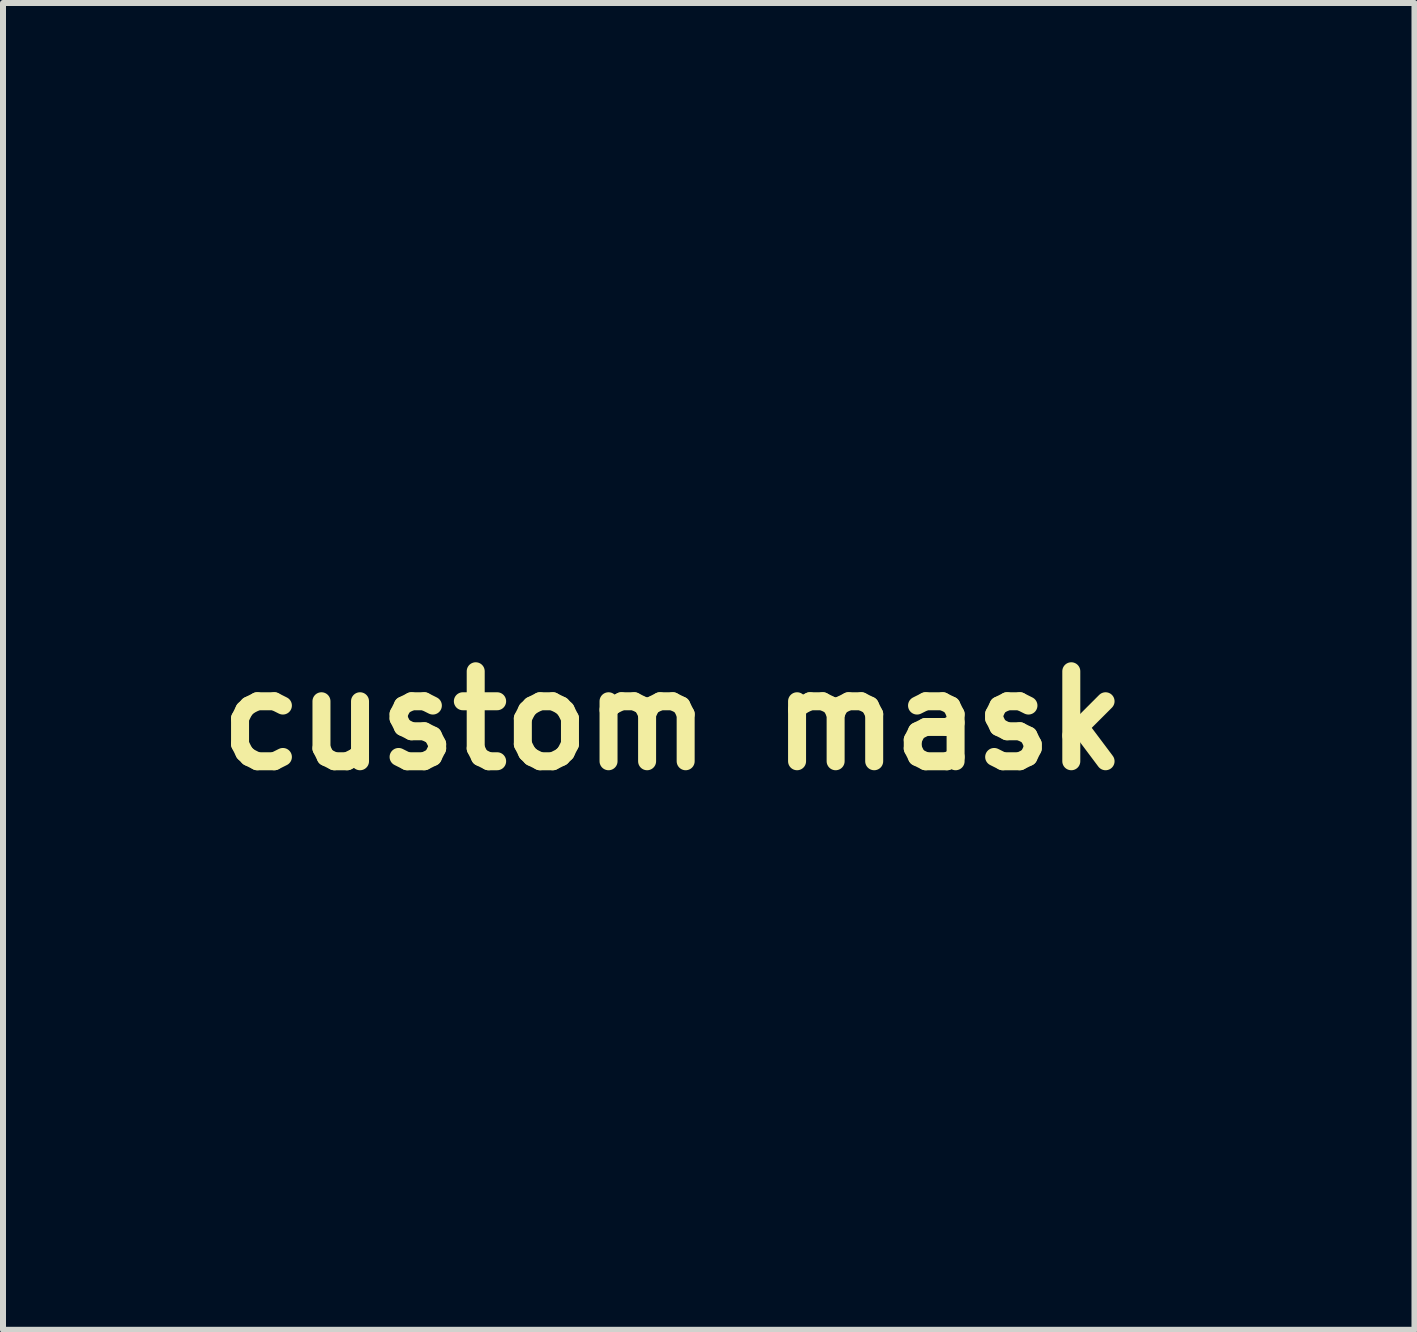
<source format=kicad_pcb>
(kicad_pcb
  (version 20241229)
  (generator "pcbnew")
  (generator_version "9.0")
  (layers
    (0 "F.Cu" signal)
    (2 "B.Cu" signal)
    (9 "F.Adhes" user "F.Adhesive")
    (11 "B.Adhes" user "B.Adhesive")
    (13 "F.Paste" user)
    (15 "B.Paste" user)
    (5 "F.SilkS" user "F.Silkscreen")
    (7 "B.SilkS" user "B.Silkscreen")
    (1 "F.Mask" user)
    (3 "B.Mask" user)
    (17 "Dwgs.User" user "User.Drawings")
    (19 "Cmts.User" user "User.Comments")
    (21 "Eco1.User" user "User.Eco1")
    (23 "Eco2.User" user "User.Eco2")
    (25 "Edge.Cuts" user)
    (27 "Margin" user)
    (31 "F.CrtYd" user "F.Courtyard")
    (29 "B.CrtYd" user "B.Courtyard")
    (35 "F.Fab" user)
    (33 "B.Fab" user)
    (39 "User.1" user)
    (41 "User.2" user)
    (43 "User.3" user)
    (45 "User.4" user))
  (footprint "custom mask"
    (layer "F.Cu")
    (at 8.166 8.962)
    (property "Reference" "custom mask" (at 0 0 0) (layer "F.SilkS") (effects (font (size 1.5 1.5) (thickness 0.3))))
    (attr board_only exclude_from_pos_files exclude_from_bom)
    (fp_poly (pts (xy -7.095 4.735) (xy -7.111 4.752) (xy -7.128 4.735) (xy -7.111 4.719)) (stroke (width 0) (type solid)) (fill yes) (layer "F.Mask"))
    (fp_poly (pts (xy -5.232 5.767) (xy -5.236 5.787) (xy -5.254 5.789) (xy -5.282 5.777) (xy -5.276 5.767) (xy -5.237 5.763)) (stroke (width 0) (type solid)) (fill yes) (layer "F.Mask"))
    (fp_poly (pts (xy 5.142 -3.455) (xy 5.147 -3.387) (xy 5.142 -3.372) (xy 5.13 -3.367) (xy 5.125 -3.413) (xy 5.131 -3.461)) (stroke (width 0) (type solid)) (fill yes) (layer "F.Mask"))
    (fp_poly (pts (xy 6.28 -6.213) (xy 6.276 -6.193) (xy 6.258 -6.191) (xy 6.23 -6.203) (xy 6.236 -6.213) (xy 6.275 -6.217)) (stroke (width 0) (type solid)) (fill yes) (layer "F.Mask"))
    (fp_poly (pts (xy -7.095 -3.254) (xy -7.095 -3.236) (xy -7.102 -3.163) (xy -7.123 -3.151) (xy -7.15 -3.198) (xy -7.148 -3.264) (xy -7.133 -3.289) (xy -7.105 -3.3)) (stroke (width 0) (type solid)) (fill yes) (layer "F.Mask"))
    (fp_poly (pts (xy -6.9 4.77) (xy -6.894 4.786) (xy -6.918 4.818) (xy -6.925 4.819) (xy -6.971 4.795) (xy -6.977 4.786) (xy -6.97 4.757) (xy -6.946 4.752)) (stroke (width 0) (type solid)) (fill yes) (layer "F.Mask"))
    (fp_poly (pts (xy -6.671 4.521) (xy -6.67 4.527) (xy -6.665 4.6) (xy -6.671 4.627) (xy -6.682 4.628) (xy -6.687 4.576) (xy -6.686 4.568) (xy -6.682 4.516)) (stroke (width 0) (type solid)) (fill yes) (layer "F.Mask"))
    (fp_poly (pts (xy 6.583 -6.701) (xy 6.588 -6.604) (xy 6.583 -6.551) (xy 6.574 -6.535) (xy 6.569 -6.577) (xy 6.568 -6.626) (xy 6.571 -6.698) (xy 6.578 -6.718)) (stroke (width 0) (type solid)) (fill yes) (layer "F.Mask"))
    (fp_poly (pts (xy 6.583 -7.17) (xy 6.588 -7.082) (xy 6.582 -7.036) (xy 6.573 -7.028) (xy 6.568 -7.076) (xy 6.568 -7.111) (xy 6.571 -7.176) (xy 6.578 -7.186)) (stroke (width 0) (type solid)) (fill yes) (layer "F.Mask"))
    (fp_poly (pts (xy -6.85 4.888) (xy -6.825 4.91) (xy -6.777 4.966) (xy -6.764 5.001) (xy -6.765 5.003) (xy -6.798 4.997) (xy -6.817 4.979) (xy -6.865 4.91) (xy -6.876 4.877)) (stroke (width 0) (type solid)) (fill yes) (layer "F.Mask"))
    (fp_poly (pts (xy 6.445 -6.3) (xy 6.389 -6.246) (xy 6.348 -6.225) (xy 6.325 -6.231) (xy 6.328 -6.233) (xy 6.361 -6.258) (xy 6.423 -6.306) (xy 6.425 -6.309) (xy 6.509 -6.375)) (stroke (width 0) (type solid)) (fill yes) (layer "F.Mask"))
    (fp_poly (pts (xy 6.858 -2.617) (xy 6.86 -2.557) (xy 6.849 -2.468) (xy 6.827 -2.409) (xy 6.81 -2.398) (xy 6.81 -2.45) (xy 6.816 -2.493) (xy 6.834 -2.595) (xy 6.849 -2.637)) (stroke (width 0) (type solid)) (fill yes) (layer "F.Mask"))
    (fp_poly (pts (xy -7.237 4.766) (xy -7.251 4.789) (xy -7.31 4.818) (xy -7.31 4.818) (xy -7.387 4.846) (xy -7.421 4.848) (xy -7.429 4.827) (xy -7.429 4.823) (xy -7.401 4.795) (xy -7.338 4.77) (xy -7.272 4.759)) (stroke (width 0) (type solid)) (fill yes) (layer "F.Mask"))
    (fp_poly (pts (xy -8.102 4.373) (xy -8.034 4.424) (xy -7.999 4.452) (xy -7.939 4.515) (xy -7.931 4.549) (xy -7.966 4.549) (xy -8.036 4.512) (xy -8.077 4.482) (xy -8.141 4.421) (xy -8.166 4.373) (xy -8.147 4.352) (xy -8.14 4.352)) (stroke (width 0) (type solid)) (fill yes) (layer "F.Mask"))
    (fp_poly (pts (xy 3.326 2.761) (xy 3.379 2.861) (xy 3.427 2.963) (xy 3.459 3.038) (xy 3.468 3.069) (xy 3.438 3.059) (xy 3.404 3.037) (xy 3.344 2.96) (xy 3.298 2.849) (xy 3.28 2.735) (xy 3.28 2.734) (xy 3.292 2.717)) (stroke (width 0) (type solid)) (fill yes) (layer "F.Mask"))
    (fp_poly (pts (xy -4.803 -3.77) (xy -4.772 -3.725) (xy -4.763 -3.639) (xy -4.772 -3.529) (xy -4.796 -3.416) (xy -4.832 -3.319) (xy -4.874 -3.258) (xy -4.903 -3.246) (xy -4.959 -3.272) (xy -4.973 -3.293) (xy -4.977 -3.354) (xy -4.967 -3.453) (xy -4.948 -3.568) (xy -4.923 -3.673) (xy -4.898 -3.745) (xy -4.888 -3.759) (xy -4.834 -3.776)) (stroke (width 0) (type solid)) (fill yes) (layer "F.Mask"))
    (fp_poly (pts (xy 5.689 -4.045) (xy 5.806 -4.041) (xy 5.668 -4.018) (xy 5.516 -3.975) (xy 5.395 -3.894) (xy 5.29 -3.763) (xy 5.255 -3.706) (xy 5.203 -3.623) (xy 5.167 -3.58) (xy 5.154 -3.584) (xy 5.177 -3.654) (xy 5.236 -3.749) (xy 5.316 -3.85) (xy 5.404 -3.938) (xy 5.464 -3.983) (xy 5.571 -4.028) (xy 5.683 -4.045)) (stroke (width 0) (type solid)) (fill yes) (layer "F.Mask"))
    (fp_poly (pts (xy -5.306 -3.804) (xy -5.295 -3.762) (xy -5.298 -3.675) (xy -5.306 -3.589) (xy -5.321 -3.454) (xy -5.336 -3.372) (xy -5.357 -3.33) (xy -5.389 -3.315) (xy -5.428 -3.313) (xy -5.465 -3.318) (xy -5.483 -3.342) (xy -5.485 -3.401) (xy -5.475 -3.51) (xy -5.473 -3.522) (xy -5.449 -3.672) (xy -5.416 -3.765) (xy -5.368 -3.808) (xy -5.331 -3.815)) (stroke (width 0) (type solid)) (fill yes) (layer "F.Mask"))
    (fp_poly (pts (xy 8.853 5.635) (xy 8.923 5.675) (xy 9.01 5.737) (xy 9.099 5.81) (xy 9.173 5.881) (xy 9.188 5.898) (xy 9.265 6.025) (xy 9.324 6.192) (xy 9.359 6.373) (xy 9.364 6.516) (xy 9.358 6.591) (xy 9.353 6.614) (xy 9.346 6.581) (xy 9.336 6.487) (xy 9.33 6.43) (xy 9.291 6.196) (xy 9.22 6.012) (xy 9.111 5.866) (xy 8.976 5.759) (xy 8.888 5.698) (xy 8.83 5.651) (xy 8.817 5.629)) (stroke (width 0) (type solid)) (fill yes) (layer "F.Mask"))
    (fp_poly (pts (xy 6.321 -4.035) (xy 6.437 -4.003) (xy 6.44 -4.002) (xy 6.527 -3.945) (xy 6.629 -3.848) (xy 6.728 -3.732) (xy 6.807 -3.617) (xy 6.848 -3.526) (xy 6.861 -3.451) (xy 6.851 -3.436) (xy 6.822 -3.476) (xy 6.784 -3.56) (xy 6.725 -3.665) (xy 6.639 -3.78) (xy 6.579 -3.845) (xy 6.479 -3.934) (xy 6.388 -3.984) (xy 6.275 -4.011) (xy 6.253 -4.015) (xy 6.158 -4.03) (xy 6.125 -4.038) (xy 6.151 -4.043) (xy 6.2 -4.045)) (stroke (width 0) (type solid)) (fill yes) (layer "F.Mask"))
    (fp_poly (pts (xy -5.567 -3.095) (xy -5.5 -3.015) (xy -5.378 -2.885) (xy -5.247 -2.817) (xy -5.112 -2.811) (xy -4.982 -2.869) (xy -4.915 -2.928) (xy -4.842 -2.997) (xy -4.783 -3.039) (xy -4.765 -3.045) (xy -4.717 -3.02) (xy -4.706 -2.957) (xy -4.733 -2.875) (xy -4.751 -2.846) (xy -4.869 -2.734) (xy -5.022 -2.667) (xy -5.191 -2.647) (xy -5.359 -2.678) (xy -5.421 -2.706) (xy -5.558 -2.807) (xy -5.642 -2.931) (xy -5.665 -3.026) (xy -5.658 -3.108) (xy -5.624 -3.131)) (stroke (width 0) (type solid)) (fill yes) (layer "F.Mask"))
    (fp_poly (pts (xy -0.582 -1.035) (xy -0.5 -1.002) (xy -0.448 -0.952) (xy -0.417 -0.89) (xy -0.417 -0.828) (xy -0.452 -0.748) (xy -0.5 -0.669) (xy -0.534 -0.606) (xy -0.578 -0.516) (xy -0.586 -0.498) (xy -0.668 -0.38) (xy -0.778 -0.315) (xy -0.901 -0.306) (xy -1.023 -0.357) (xy -1.073 -0.399) (xy -1.153 -0.517) (xy -1.171 -0.639) (xy -1.132 -0.755) (xy -1.038 -0.854) (xy -0.905 -0.92) (xy -0.806 -0.957) (xy -0.737 -0.991) (xy -0.718 -1.007) (xy -0.664 -1.039)) (stroke (width 0) (type solid)) (fill yes) (layer "F.Mask"))
    (fp_poly (pts (xy -5.432 5.049) (xy -5.421 5.12) (xy -5.421 5.129) (xy -5.411 5.242) (xy -5.389 5.349) (xy -5.372 5.422) (xy -5.381 5.447) (xy -5.411 5.44) (xy -5.444 5.437) (xy -5.452 5.472) (xy -5.443 5.546) (xy -5.415 5.64) (xy -5.373 5.708) (xy -5.366 5.714) (xy -5.335 5.746) (xy -5.347 5.756) (xy -5.395 5.734) (xy -5.457 5.681) (xy -5.496 5.631) (xy -5.514 5.574) (xy -5.516 5.488) (xy -5.509 5.388) (xy -5.498 5.262) (xy -5.491 5.154) (xy -5.489 5.095) (xy -5.476 5.036) (xy -5.455 5.02)) (stroke (width 0) (type solid)) (fill yes) (layer "F.Mask"))
    (fp_poly (pts (xy 7.035 1.47) (xy 7.048 1.557) (xy 7.061 1.686) (xy 7.071 1.845) (xy 7.074 1.899) (xy 7.083 2.094) (xy 7.094 2.288) (xy 7.105 2.461) (xy 7.115 2.591) (xy 7.115 2.596) (xy 7.122 2.739) (xy 7.113 2.847) (xy 7.084 2.948) (xy 7.062 3.002) (xy 6.999 3.12) (xy 6.921 3.228) (xy 6.883 3.267) (xy 6.825 3.318) (xy 6.813 3.324) (xy 6.845 3.286) (xy 6.85 3.28) (xy 6.905 3.202) (xy 6.968 3.092) (xy 7.008 3.012) (xy 7.069 2.843) (xy 7.091 2.664) (xy 7.078 2.458) (xy 7.044 2.276) (xy 7.025 2.16) (xy 7.01 2.02) (xy 7 1.868) (xy 6.996 1.72) (xy 6.997 1.59) (xy 7.004 1.493) (xy 7.017 1.443) (xy 7.023 1.439)) (stroke (width 0) (type solid)) (fill yes) (layer "F.Mask"))
    (fp_poly (pts (xy 1.601 5.758) (xy 1.662 5.823) (xy 1.739 5.892) (xy 1.829 5.92) (xy 1.944 5.906) (xy 2.097 5.851) (xy 2.122 5.84) (xy 2.279 5.779) (xy 2.381 5.756) (xy 2.427 5.766) (xy 2.416 5.807) (xy 2.345 5.874) (xy 2.212 5.963) (xy 2.187 5.978) (xy 2.049 6.065) (xy 1.963 6.14) (xy 1.921 6.216) (xy 1.914 6.305) (xy 1.921 6.361) (xy 1.929 6.46) (xy 1.907 6.5) (xy 1.853 6.484) (xy 1.79 6.439) (xy 1.66 6.376) (xy 1.484 6.359) (xy 1.266 6.386) (xy 1.171 6.409) (xy 1.05 6.44) (xy 0.98 6.455) (xy 0.947 6.453) (xy 0.937 6.436) (xy 0.937 6.428) (xy 0.964 6.398) (xy 1.036 6.347) (xy 1.137 6.286) (xy 1.153 6.277) (xy 1.221 6.234) (xy 1.466 6.234) (xy 1.525 6.256) (xy 1.638 6.275) (xy 1.74 6.286) (xy 1.785 6.26) (xy 1.833 6.187) (xy 1.846 6.157) (xy 1.903 6.024) (xy 1.819 6.024) (xy 1.726 6.01) (xy 1.672 5.989) (xy 1.625 5.976) (xy 1.591 6.005) (xy 1.56 6.069) (xy 1.517 6.153) (xy 1.473 6.208) (xy 1.468 6.212) (xy 1.466 6.234) (xy 1.221 6.234) (xy 1.318 6.174) (xy 1.426 6.076) (xy 1.486 5.975) (xy 1.506 5.86) (xy 1.506 5.852) (xy 1.515 5.759) (xy 1.546 5.728)) (stroke (width 0) (type solid)) (fill yes) (layer "F.Mask"))
    (fp_poly (pts (xy 4.231 -4.523) (xy 4.283 -4.449) (xy 4.344 -4.342) (xy 4.365 -4.303) (xy 4.426 -4.18) (xy 4.46 -4.102) (xy 4.469 -4.051) (xy 4.457 -4.012) (xy 4.43 -3.973) (xy 4.368 -3.915) (xy 4.269 -3.845) (xy 4.177 -3.792) (xy 4.071 -3.738) (xy 4.007 -3.715) (xy 3.968 -3.719) (xy 3.938 -3.744) (xy 3.889 -3.814) (xy 3.831 -3.912) (xy 3.776 -4.017) (xy 3.733 -4.109) (xy 3.727 -4.129) (xy 3.852 -4.129) (xy 3.858 -4.096) (xy 3.887 -4.029) (xy 3.929 -3.948) (xy 3.972 -3.875) (xy 4.006 -3.83) (xy 4.016 -3.826) (xy 4.055 -3.844) (xy 4.13 -3.875) (xy 4.141 -3.879) (xy 4.214 -3.915) (xy 4.249 -3.948) (xy 4.25 -3.951) (xy 4.237 -4.011) (xy 4.205 -4.094) (xy 4.166 -4.176) (xy 4.129 -4.235) (xy 4.111 -4.25) (xy 4.066 -4.236) (xy 3.989 -4.203) (xy 3.91 -4.165) (xy 3.856 -4.133) (xy 3.852 -4.129) (xy 3.727 -4.129) (xy 3.715 -4.167) (xy 3.715 -4.169) (xy 3.741 -4.266) (xy 3.83 -4.266) (xy 3.849 -4.253) (xy 3.913 -4.275) (xy 3.999 -4.321) (xy 4.069 -4.368) (xy 4.104 -4.4) (xy 4.105 -4.406) (xy 4.058 -4.412) (xy 3.983 -4.39) (xy 3.906 -4.35) (xy 3.862 -4.314) (xy 3.83 -4.266) (xy 3.741 -4.266) (xy 3.747 -4.29) (xy 3.843 -4.395) (xy 3.977 -4.471) (xy 4.081 -4.514) (xy 4.164 -4.544) (xy 4.198 -4.551)) (stroke (width 0) (type solid)) (fill yes) (layer "F.Mask"))
    (fp_poly (pts (xy 4.896 -1.388) (xy 4.952 -1.319) (xy 4.992 -1.249) (xy 5.138 -1.022) (xy 5.323 -0.848) (xy 5.55 -0.727) (xy 5.82 -0.656) (xy 5.881 -0.647) (xy 5.997 -0.628) (xy 6.048 -0.602) (xy 6.036 -0.568) (xy 5.963 -0.522) (xy 5.797 -0.401) (xy 5.652 -0.228) (xy 5.538 -0.017) (xy 5.464 0.219) (xy 5.458 0.253) (xy 5.437 0.401) (xy 5.438 0.52) (xy 5.465 0.645) (xy 5.491 0.727) (xy 5.511 0.83) (xy 5.495 0.876) (xy 5.461 0.869) (xy 5.406 0.798) (xy 5.357 0.712) (xy 5.236 0.517) (xy 5.096 0.341) (xy 4.95 0.199) (xy 4.811 0.105) (xy 4.808 0.103) (xy 4.633 0.048) (xy 4.457 0.033) (xy 4.349 0.031) (xy 4.274 0.025) (xy 4.25 0.017) (xy 4.272 -0.012) (xy 4.33 -0.074) (xy 4.485 -0.074) (xy 4.631 -0.053) (xy 4.81 0.003) (xy 4.987 0.11) (xy 5.144 0.254) (xy 5.192 0.314) (xy 5.257 0.397) (xy 5.306 0.453) (xy 5.325 0.467) (xy 5.339 0.438) (xy 5.353 0.361) (xy 5.361 0.293) (xy 5.402 0.091) (xy 5.488 -0.121) (xy 5.604 -0.315) (xy 5.694 -0.422) (xy 5.829 -0.56) (xy 5.7 -0.583) (xy 5.5 -0.642) (xy 5.311 -0.741) (xy 5.155 -0.867) (xy 5.107 -0.922) (xy 4.995 -1.069) (xy 4.978 -0.92) (xy 4.933 -0.736) (xy 4.841 -0.535) (xy 4.715 -0.339) (xy 4.634 -0.24) (xy 4.485 -0.074) (xy 4.33 -0.074) (xy 4.332 -0.077) (xy 4.419 -0.166) (xy 4.479 -0.226) (xy 4.667 -0.435) (xy 4.795 -0.629) (xy 4.863 -0.816) (xy 4.876 -0.998) (xy 4.875 -1.011) (xy 4.86 -1.137) (xy 4.843 -1.254) (xy 4.835 -1.297) (xy 4.829 -1.379) (xy 4.852 -1.408)) (stroke (width 0) (type solid)) (fill yes) (layer "F.Mask"))
    (fp_poly (pts (xy -4.952 -4.474) (xy -4.829 -4.448) (xy -4.738 -4.409) (xy -4.694 -4.364) (xy -4.694 -4.34) (xy -4.704 -4.318) (xy -4.723 -4.306) (xy -4.766 -4.306) (xy -4.849 -4.315) (xy -4.964 -4.331) (xy -5.206 -4.335) (xy -5.451 -4.285) (xy -5.682 -4.187) (xy -5.885 -4.048) (xy -6.044 -3.874) (xy -6.055 -3.858) (xy -6.163 -3.654) (xy -6.237 -3.431) (xy -6.273 -3.204) (xy -6.269 -2.991) (xy -6.223 -2.808) (xy -6.201 -2.761) (xy -6.055 -2.557) (xy -5.861 -2.391) (xy -5.628 -2.269) (xy -5.366 -2.197) (xy -5.216 -2.181) (xy -5.06 -2.178) (xy -4.945 -2.191) (xy -4.844 -2.222) (xy -4.815 -2.235) (xy -4.595 -2.369) (xy -4.409 -2.559) (xy -4.266 -2.783) (xy -4.2 -2.916) (xy -4.161 -3.02) (xy -4.143 -3.121) (xy -4.139 -3.247) (xy -4.139 -3.262) (xy -4.159 -3.486) (xy -4.224 -3.684) (xy -4.34 -3.871) (xy -4.473 -4.021) (xy -4.577 -4.136) (xy -4.627 -4.216) (xy -4.622 -4.264) (xy -4.565 -4.283) (xy -4.548 -4.284) (xy -4.482 -4.258) (xy -4.393 -4.19) (xy -4.294 -4.093) (xy -4.199 -3.982) (xy -4.12 -3.87) (xy -4.082 -3.797) (xy -4.012 -3.583) (xy -3.974 -3.354) (xy -3.97 -3.137) (xy -3.982 -3.046) (xy -4.057 -2.808) (xy -4.182 -2.578) (xy -4.346 -2.372) (xy -4.538 -2.204) (xy -4.747 -2.086) (xy -4.77 -2.077) (xy -4.993 -2.023) (xy -5.241 -2.01) (xy -5.486 -2.038) (xy -5.622 -2.076) (xy -5.872 -2.193) (xy -6.089 -2.346) (xy -6.261 -2.528) (xy -6.376 -2.725) (xy -6.439 -2.958) (xy -6.449 -3.212) (xy -6.407 -3.472) (xy -6.319 -3.724) (xy -6.186 -3.953) (xy -6.064 -4.098) (xy -5.836 -4.281) (xy -5.575 -4.406) (xy -5.285 -4.473) (xy -5.096 -4.484)) (stroke (width 0) (type solid)) (fill yes) (layer "F.Mask"))
    (fp_poly (pts (xy 5.87 5.054) (xy 5.882 5.078) (xy 5.87 5.11) (xy 5.828 5.155) (xy 5.75 5.219) (xy 5.629 5.307) (xy 5.458 5.426) (xy 5.441 5.438) (xy 5.216 5.611) (xy 5.042 5.784) (xy 5.001 5.835) (xy 4.923 5.941) (xy 4.879 6.021) (xy 4.858 6.101) (xy 4.853 6.204) (xy 4.852 6.245) (xy 4.847 6.37) (xy 4.825 6.439) (xy 4.778 6.456) (xy 4.698 6.423) (xy 4.576 6.342) (xy 4.574 6.341) (xy 4.431 6.251) (xy 4.291 6.194) (xy 4.139 6.166) (xy 3.959 6.165) (xy 3.737 6.189) (xy 3.631 6.206) (xy 3.503 6.225) (xy 3.402 6.236) (xy 3.344 6.237) (xy 3.338 6.235) (xy 3.315 6.206) (xy 3.337 6.168) (xy 3.409 6.115) (xy 3.539 6.043) (xy 3.546 6.039) (xy 3.605 6.003) (xy 3.875 6.003) (xy 3.891 6.033) (xy 3.959 6.052) (xy 4.086 6.067) (xy 4.133 6.072) (xy 4.275 6.098) (xy 4.417 6.141) (xy 4.484 6.17) (xy 4.612 6.231) (xy 4.694 6.252) (xy 4.738 6.234) (xy 4.753 6.176) (xy 4.753 6.166) (xy 4.782 6.023) (xy 4.863 5.86) (xy 4.988 5.692) (xy 5.034 5.642) (xy 5.121 5.539) (xy 5.157 5.47) (xy 5.142 5.436) (xy 5.076 5.442) (xy 5.034 5.457) (xy 4.873 5.494) (xy 4.69 5.499) (xy 4.512 5.473) (xy 4.391 5.429) (xy 4.294 5.38) (xy 4.242 5.36) (xy 4.221 5.371) (xy 4.217 5.411) (xy 4.217 5.422) (xy 4.191 5.549) (xy 4.12 5.694) (xy 4.014 5.839) (xy 3.975 5.88) (xy 3.905 5.955) (xy 3.875 6.003) (xy 3.605 6.003) (xy 3.69 5.951) (xy 3.832 5.845) (xy 3.931 5.754) (xy 4.01 5.666) (xy 4.056 5.599) (xy 4.077 5.528) (xy 4.082 5.428) (xy 4.083 5.358) (xy 4.087 5.239) (xy 4.097 5.149) (xy 4.112 5.106) (xy 4.113 5.105) (xy 4.153 5.115) (xy 4.225 5.159) (xy 4.285 5.205) (xy 4.4 5.297) (xy 4.489 5.353) (xy 4.571 5.381) (xy 4.67 5.391) (xy 4.709 5.392) (xy 4.836 5.378) (xy 5.014 5.333) (xy 5.239 5.258) (xy 5.505 5.157) (xy 5.682 5.083) (xy 5.787 5.045) (xy 5.85 5.042)) (stroke (width 0) (type solid)) (fill yes) (layer "F.Mask"))
    (fp_poly (pts (xy -0.786 -2.158) (xy -0.06 -2.157) (xy 0.02 -2.064) (xy 0.1 -1.971) (xy 0.1 -0.967) (xy 0.1 0.037) (xy 0.018 0.119) (xy -0.064 0.201) (xy -0.777 0.198) (xy -0.99 0.197) (xy -1.183 0.194) (xy -1.343 0.19) (xy -1.461 0.185) (xy -1.526 0.179) (xy -1.534 0.178) (xy -1.573 0.138) (xy -1.62 0.059) (xy -1.641 0.013) (xy -1.689 -0.08) (xy -1.735 -0.124) (xy -1.79 -0.134) (xy -1.933 -0.161) (xy -2.078 -0.234) (xy -2.175 -0.316) (xy -2.207 -0.353) (xy -2.229 -0.391) (xy -2.244 -0.441) (xy -2.253 -0.516) (xy -2.257 -0.627) (xy -2.259 -0.784) (xy -2.259 -0.937) (xy -2.259 -1.019) (xy -1.941 -1.019) (xy -1.938 -0.818) (xy -1.926 -0.675) (xy -1.903 -0.581) (xy -1.865 -0.527) (xy -1.811 -0.505) (xy -1.774 -0.502) (xy -1.673 -0.502) (xy -1.673 -0.808) (xy -1.316 -0.808) (xy -1.314 -0.64) (xy -1.313 -0.611) (xy -1.297 -0.167) (xy -0.765 -0.167) (xy -0.232 -0.167) (xy -0.242 -0.661) (xy -0.251 -1.155) (xy -0.76 -1.164) (xy -0.956 -1.167) (xy -1.096 -1.166) (xy -1.19 -1.162) (xy -1.247 -1.153) (xy -1.28 -1.137) (xy -1.298 -1.115) (xy -1.298 -1.114) (xy -1.308 -1.059) (xy -1.314 -0.952) (xy -1.316 -0.808) (xy -1.673 -0.808) (xy -1.673 -0.954) (xy -1.674 -1.142) (xy -1.678 -1.273) (xy -1.69 -1.354) (xy -1.713 -1.397) (xy -1.752 -1.408) (xy -1.812 -1.399) (xy -1.866 -1.384) (xy -1.9 -1.372) (xy -1.921 -1.347) (xy -1.934 -1.297) (xy -1.939 -1.21) (xy -1.941 -1.072) (xy -1.941 -1.019) (xy -2.259 -1.019) (xy -2.258 -1.14) (xy -2.255 -1.287) (xy -2.249 -1.39) (xy -2.238 -1.461) (xy -2.22 -1.511) (xy -2.196 -1.553) (xy -2.189 -1.562) (xy -2.085 -1.65) (xy -2.03 -1.673) (xy -1.305 -1.673) (xy -1.305 -1.539) (xy -0.786 -1.539) (xy -0.268 -1.539) (xy -0.268 -1.673) (xy -0.268 -1.807) (xy -0.786 -1.807) (xy -1.305 -1.807) (xy -1.305 -1.673) (xy -2.03 -1.673) (xy -1.919 -1.72) (xy -1.769 -1.756) (xy -1.702 -1.785) (xy -1.667 -1.852) (xy -1.659 -1.888) (xy -1.625 -1.993) (xy -1.575 -2.081) (xy -1.552 -2.106) (xy -1.526 -2.125) (xy -1.487 -2.139) (xy -1.426 -2.148) (xy -1.334 -2.154) (xy -1.203 -2.157) (xy -1.022 -2.158)) (stroke (width 0) (type solid)) (fill yes) (layer "F.Mask"))
    (fp_poly (pts (xy -0.397 -7.17) (xy -0.079 -7.094) (xy 0.211 -6.962) (xy 0.483 -6.77) (xy 0.653 -6.613) (xy 0.89 -6.337) (xy 1.064 -6.05) (xy 1.18 -5.744) (xy 1.24 -5.408) (xy 1.251 -5.17) (xy 1.24 -4.908) (xy 1.201 -4.677) (xy 1.128 -4.453) (xy 1.014 -4.209) (xy 1.01 -4.2) (xy 0.826 -3.918) (xy 0.593 -3.673) (xy 0.319 -3.47) (xy 0.012 -3.314) (xy -0.317 -3.207) (xy -0.662 -3.156) (xy -1.012 -3.164) (xy -1.054 -3.169) (xy -1.374 -3.242) (xy -1.683 -3.371) (xy -1.97 -3.548) (xy -2.223 -3.764) (xy -2.432 -4.013) (xy -2.558 -4.225) (xy -2.675 -4.504) (xy -2.746 -4.773) (xy -2.775 -5.058) (xy -2.777 -5.169) (xy -2.776 -5.178) (xy -2.442 -5.178) (xy -2.437 -5.067) (xy -2.422 -4.94) (xy -2.405 -4.846) (xy -2.34 -4.622) (xy -2.242 -4.4) (xy -2.125 -4.205) (xy -2.054 -4.116) (xy -1.924 -3.972) (xy -1.906 -4.22) (xy -1.89 -4.358) (xy -1.866 -4.482) (xy -1.838 -4.567) (xy -1.837 -4.568) (xy -1.78 -4.672) (xy -1.726 -4.76) (xy -1.69 -4.825) (xy -1.697 -4.851) (xy -1.711 -4.853) (xy -1.793 -4.872) (xy -1.908 -4.924) (xy -2.038 -4.996) (xy -2.162 -5.078) (xy -2.252 -5.151) (xy -2.334 -5.224) (xy -2.396 -5.273) (xy -2.422 -5.287) (xy -2.437 -5.257) (xy -2.442 -5.178) (xy -2.776 -5.178) (xy -2.75 -5.542) (xy -2.676 -5.843) (xy -2.278 -5.843) (xy -2.266 -5.743) (xy -2.21 -5.642) (xy -2.112 -5.524) (xy -1.99 -5.404) (xy -1.861 -5.299) (xy -1.741 -5.225) (xy -1.707 -5.21) (xy -1.552 -5.174) (xy -1.365 -5.161) (xy -1.17 -5.169) (xy -0.99 -5.198) (xy -0.85 -5.246) (xy -0.849 -5.247) (xy -0.684 -5.354) (xy -0.548 -5.497) (xy -0.429 -5.687) (xy -0.39 -5.766) (xy -0.284 -6.005) (xy -0.216 -6.198) (xy -0.183 -6.354) (xy -0.186 -6.483) (xy -0.222 -6.594) (xy -0.288 -6.691) (xy -0.416 -6.792) (xy -0.592 -6.847) (xy -0.814 -6.856) (xy -1.08 -6.818) (xy -1.19 -6.793) (xy -1.489 -6.689) (xy -1.748 -6.538) (xy -1.979 -6.331) (xy -1.986 -6.323) (xy -2.142 -6.137) (xy -2.238 -5.978) (xy -2.278 -5.843) (xy -2.676 -5.843) (xy -2.667 -5.879) (xy -2.527 -6.187) (xy -2.328 -6.47) (xy -2.196 -6.613) (xy -1.923 -6.845) (xy -1.63 -7.017) (xy -1.309 -7.13) (xy -0.956 -7.187) (xy -0.752 -7.194)) (stroke (width 0) (type solid)) (fill yes) (layer "F.Mask"))
    (fp_poly (pts (xy -2.338 5.663) (xy -2.309 5.695) (xy -2.309 5.697) (xy -2.299 5.75) (xy -2.275 5.844) (xy -2.248 5.939) (xy -2.189 6.138) (xy -2.064 5.915) (xy -1.999 5.802) (xy -1.955 5.739) (xy -1.92 5.714) (xy -1.883 5.718) (xy -1.856 5.729) (xy -1.795 5.764) (xy -1.774 5.789) (xy -1.788 5.828) (xy -1.827 5.907) (xy -1.878 6.003) (xy -1.928 6.103) (xy -1.96 6.179) (xy -1.965 6.212) (xy -1.925 6.215) (xy -1.846 6.203) (xy -1.819 6.197) (xy -1.676 6.161) (xy -1.586 6.142) (xy -1.534 6.141) (xy -1.508 6.16) (xy -1.495 6.199) (xy -1.488 6.229) (xy -1.48 6.305) (xy -1.505 6.353) (xy -1.574 6.384) (xy -1.695 6.408) (xy -1.787 6.427) (xy -1.847 6.45) (xy -1.857 6.458) (xy -1.84 6.489) (xy -1.78 6.54) (xy -1.707 6.589) (xy -1.617 6.649) (xy -1.556 6.699) (xy -1.539 6.722) (xy -1.559 6.768) (xy -1.601 6.829) (xy -1.662 6.904) (xy -1.81 6.804) (xy -1.901 6.744) (xy -1.972 6.697) (xy -1.996 6.682) (xy -2.009 6.698) (xy -1.998 6.769) (xy -1.969 6.88) (xy -1.937 6.992) (xy -1.918 7.076) (xy -1.916 7.114) (xy -1.916 7.114) (xy -1.955 7.129) (xy -2.03 7.147) (xy -2.03 7.147) (xy -2.083 7.155) (xy -2.118 7.144) (xy -2.145 7.101) (xy -2.174 7.014) (xy -2.196 6.939) (xy -2.262 6.71) (xy -2.374 6.919) (xy -2.432 7.022) (xy -2.479 7.096) (xy -2.505 7.127) (xy -2.506 7.127) (xy -2.545 7.108) (xy -2.606 7.065) (xy -2.686 7.004) (xy -2.564 6.786) (xy -2.442 6.567) (xy -2.651 6.612) (xy -2.8 6.643) (xy -2.895 6.656) (xy -2.949 6.649) (xy -2.972 6.622) (xy -2.978 6.573) (xy -2.978 6.562) (xy -2.973 6.505) (xy -2.945 6.47) (xy -2.879 6.444) (xy -2.803 6.426) (xy -2.658 6.393) (xy -2.573 6.368) (xy -2.546 6.342) (xy -2.572 6.308) (xy -2.647 6.257) (xy -2.706 6.22) (xy -2.806 6.153) (xy -2.879 6.098) (xy -2.91 6.067) (xy -2.91 6.065) (xy -2.89 6.018) (xy -2.847 5.961) (xy -2.806 5.926) (xy -2.797 5.923) (xy -2.759 5.94) (xy -2.683 5.984) (xy -2.589 6.042) (xy -2.49 6.102) (xy -2.436 6.126) (xy -2.419 6.115) (xy -2.422 6.1) (xy -2.471 5.924) (xy -2.495 5.802) (xy -2.496 5.726) (xy -2.475 5.687) (xy -2.473 5.686) (xy -2.401 5.659)) (stroke (width 0) (type solid)) (fill yes) (layer "F.Mask"))
    (fp_poly (pts (xy -4.783 -8.942) (xy -4.74 -8.895) (xy -4.712 -8.823) (xy -4.68 -8.691) (xy -4.647 -8.509) (xy -4.612 -8.285) (xy -4.577 -8.027) (xy -4.543 -7.742) (xy -4.512 -7.439) (xy -4.483 -7.127) (xy -4.458 -6.812) (xy -4.437 -6.504) (xy -4.435 -6.459) (xy -4.424 -6.272) (xy -4.412 -6.073) (xy -4.401 -5.893) (xy -4.397 -5.831) (xy -4.389 -5.696) (xy -4.388 -5.614) (xy -4.398 -5.572) (xy -4.421 -5.557) (xy -4.444 -5.555) (xy -4.507 -5.585) (xy -4.53 -5.631) (xy -4.544 -5.714) (xy -4.551 -5.822) (xy -4.551 -5.842) (xy -4.561 -5.943) (xy -4.603 -6.011) (xy -4.651 -6.051) (xy -4.723 -6.118) (xy -4.824 -6.227) (xy -4.943 -6.367) (xy -5.07 -6.527) (xy -5.197 -6.693) (xy -5.313 -6.854) (xy -5.396 -6.977) (xy -5.533 -7.204) (xy -5.664 -7.44) (xy -5.784 -7.677) (xy -5.888 -7.904) (xy -5.971 -8.109) (xy -5.994 -8.178) (xy -5.842 -8.178) (xy -5.819 -8.108) (xy -5.763 -7.979) (xy -5.676 -7.792) (xy -5.604 -7.645) (xy -5.505 -7.453) (xy -5.391 -7.25) (xy -5.275 -7.06) (xy -5.173 -6.906) (xy -5.17 -6.901) (xy -5.074 -6.772) (xy -4.968 -6.637) (xy -4.859 -6.504) (xy -4.756 -6.385) (xy -4.668 -6.287) (xy -4.602 -6.222) (xy -4.567 -6.199) (xy -4.565 -6.2) (xy -4.564 -6.235) (xy -4.569 -6.327) (xy -4.578 -6.467) (xy -4.591 -6.646) (xy -4.608 -6.854) (xy -4.62 -6.996) (xy -4.642 -7.244) (xy -4.667 -7.5) (xy -4.694 -7.755) (xy -4.721 -8) (xy -4.749 -8.226) (xy -4.774 -8.423) (xy -4.798 -8.584) (xy -4.818 -8.698) (xy -4.833 -8.757) (xy -4.836 -8.762) (xy -4.858 -8.751) (xy -4.867 -8.731) (xy -4.923 -8.497) (xy -4.954 -8.218) (xy -4.959 -7.907) (xy -4.938 -7.582) (xy -4.893 -7.256) (xy -4.824 -6.947) (xy -4.803 -6.874) (xy -4.778 -6.777) (xy -4.769 -6.706) (xy -4.772 -6.687) (xy -4.822 -6.658) (xy -4.885 -6.676) (xy -4.941 -6.734) (xy -4.95 -6.752) (xy -4.981 -6.809) (xy -5.039 -6.913) (xy -5.119 -7.052) (xy -5.215 -7.216) (xy -5.312 -7.379) (xy -5.48 -7.657) (xy -5.616 -7.877) (xy -5.72 -8.04) (xy -5.793 -8.144) (xy -5.834 -8.19) (xy -5.842 -8.178) (xy -5.994 -8.178) (xy -6.028 -8.282) (xy -6.056 -8.413) (xy -6.057 -8.442) (xy -6.041 -8.541) (xy -5.995 -8.582) (xy -5.926 -8.56) (xy -5.87 -8.511) (xy -5.824 -8.451) (xy -5.751 -8.346) (xy -5.657 -8.205) (xy -5.551 -8.041) (xy -5.44 -7.865) (xy -5.331 -7.688) (xy -5.23 -7.522) (xy -5.171 -7.419) (xy -5.119 -7.334) (xy -5.081 -7.28) (xy -5.068 -7.27) (xy -5.067 -7.305) (xy -5.072 -7.393) (xy -5.082 -7.52) (xy -5.094 -7.641) (xy -5.109 -7.877) (xy -5.107 -8.113) (xy -5.09 -8.337) (xy -5.061 -8.542) (xy -5.02 -8.717) (xy -4.969 -8.852) (xy -4.91 -8.937) (xy -4.862 -8.962)) (stroke (width 0) (type solid)) (fill yes) (layer "F.Mask"))
    (fp_poly (pts (xy 3.683 -7.181) (xy 3.827 -7.135) (xy 3.945 -7.048) (xy 4.024 -6.955) (xy 4.065 -6.896) (xy 4.097 -6.836) (xy 4.122 -6.765) (xy 4.14 -6.672) (xy 4.155 -6.55) (xy 4.167 -6.387) (xy 4.178 -6.175) (xy 4.186 -5.974) (xy 4.196 -5.758) (xy 4.206 -5.555) (xy 4.216 -5.378) (xy 4.226 -5.241) (xy 4.234 -5.157) (xy 4.234 -5.154) (xy 4.242 -5.054) (xy 4.224 -4.975) (xy 4.175 -4.884) (xy 4.154 -4.853) (xy 4.093 -4.772) (xy 4.03 -4.715) (xy 3.943 -4.669) (xy 3.813 -4.619) (xy 3.8 -4.615) (xy 3.657 -4.569) (xy 3.567 -4.552) (xy 3.522 -4.561) (xy 3.519 -4.564) (xy 3.491 -4.616) (xy 3.452 -4.705) (xy 3.433 -4.752) (xy 3.386 -4.859) (xy 3.311 -5.014) (xy 3.213 -5.207) (xy 3.097 -5.427) (xy 2.968 -5.666) (xy 2.843 -5.89) (xy 2.72 -6.124) (xy 2.64 -6.315) (xy 2.599 -6.468) (xy 2.598 -6.544) (xy 2.696 -6.544) (xy 2.704 -6.471) (xy 2.73 -6.379) (xy 2.777 -6.258) (xy 2.849 -6.104) (xy 2.946 -5.909) (xy 3.073 -5.664) (xy 3.13 -5.555) (xy 3.238 -5.35) (xy 3.335 -5.159) (xy 3.418 -4.993) (xy 3.482 -4.861) (xy 3.522 -4.773) (xy 3.533 -4.743) (xy 3.547 -4.694) (xy 3.571 -4.67) (xy 3.618 -4.668) (xy 3.7 -4.691) (xy 3.831 -4.737) (xy 3.84 -4.74) (xy 3.941 -4.79) (xy 3.996 -4.86) (xy 4.012 -4.963) (xy 3.993 -5.112) (xy 3.989 -5.132) (xy 3.988 -5.14) (xy 4.119 -5.14) (xy 4.125 -5.096) (xy 4.136 -5.096) (xy 4.144 -5.141) (xy 4.139 -5.16) (xy 4.124 -5.173) (xy 4.119 -5.14) (xy 3.988 -5.14) (xy 3.971 -5.241) (xy 3.964 -5.304) (xy 4.049 -5.304) (xy 4.067 -5.26) (xy 4.083 -5.254) (xy 4.112 -5.281) (xy 4.116 -5.304) (xy 4.098 -5.349) (xy 4.083 -5.354) (xy 4.053 -5.327) (xy 4.049 -5.304) (xy 3.964 -5.304) (xy 3.953 -5.393) (xy 3.938 -5.563) (xy 3.931 -5.656) (xy 3.928 -5.689) (xy 4.049 -5.689) (xy 4.062 -5.662) (xy 4.072 -5.667) (xy 4.076 -5.706) (xy 4.072 -5.711) (xy 4.052 -5.707) (xy 4.049 -5.689) (xy 3.928 -5.689) (xy 3.908 -5.923) (xy 4.049 -5.923) (xy 4.062 -5.896) (xy 4.072 -5.901) (xy 4.076 -5.941) (xy 4.072 -5.946) (xy 4.052 -5.941) (xy 4.049 -5.923) (xy 3.908 -5.923) (xy 3.902 -5.991) (xy 3.881 -6.126) (xy 3.984 -6.126) (xy 3.986 -6.069) (xy 4.004 -6.075) (xy 4.031 -6.109) (xy 4.068 -6.191) (xy 4.08 -6.275) (xy 4.08 -6.375) (xy 4.033 -6.291) (xy 3.996 -6.199) (xy 3.984 -6.126) (xy 3.881 -6.126) (xy 3.859 -6.266) (xy 3.825 -6.392) (xy 3.949 -6.392) (xy 3.96 -6.359) (xy 3.964 -6.358) (xy 3.992 -6.382) (xy 3.999 -6.392) (xy 3.996 -6.423) (xy 3.984 -6.425) (xy 3.95 -6.401) (xy 3.949 -6.392) (xy 3.825 -6.392) (xy 3.803 -6.475) (xy 3.917 -6.475) (xy 3.931 -6.479) (xy 3.967 -6.527) (xy 3.982 -6.552) (xy 4.026 -6.633) (xy 4.047 -6.695) (xy 4.048 -6.702) (xy 4.035 -6.702) (xy 4.004 -6.661) (xy 3.967 -6.597) (xy 3.934 -6.53) (xy 3.917 -6.48) (xy 3.917 -6.475) (xy 3.803 -6.475) (xy 3.8 -6.487) (xy 3.723 -6.659) (xy 3.713 -6.673) (xy 3.848 -6.673) (xy 3.863 -6.629) (xy 3.896 -6.64) (xy 3.938 -6.699) (xy 3.944 -6.711) (xy 3.972 -6.788) (xy 3.981 -6.837) (xy 3.966 -6.846) (xy 3.93 -6.816) (xy 3.889 -6.763) (xy 3.858 -6.707) (xy 3.848 -6.673) (xy 3.713 -6.673) (xy 3.628 -6.788) (xy 3.622 -6.793) (xy 3.622 -6.794) (xy 3.765 -6.794) (xy 3.767 -6.79) (xy 3.79 -6.765) (xy 3.793 -6.766) (xy 3.816 -6.796) (xy 3.867 -6.854) (xy 3.875 -6.864) (xy 3.923 -6.926) (xy 3.926 -6.965) (xy 3.902 -6.992) (xy 3.863 -7.009) (xy 3.828 -6.979) (xy 3.799 -6.929) (xy 3.769 -6.85) (xy 3.765 -6.794) (xy 3.622 -6.794) (xy 3.574 -6.835) (xy 3.521 -6.86) (xy 3.444 -6.873) (xy 3.326 -6.876) (xy 3.267 -6.876) (xy 3.062 -6.864) (xy 2.91 -6.826) (xy 2.801 -6.759) (xy 2.727 -6.658) (xy 2.705 -6.604) (xy 2.696 -6.544) (xy 2.598 -6.544) (xy 2.597 -6.591) (xy 2.608 -6.637) (xy 2.686 -6.775) (xy 2.83 -6.917) (xy 2.84 -6.924) (xy 3.648 -6.924) (xy 3.659 -6.896) (xy 3.697 -6.924) (xy 3.715 -6.945) (xy 3.74 -6.981) (xy 3.713 -6.979) (xy 3.703 -6.975) (xy 3.655 -6.942) (xy 3.648 -6.924) (xy 2.84 -6.924) (xy 2.965 -7.011) (xy 3.447 -7.011) (xy 3.464 -6.994) (xy 3.48 -7.011) (xy 3.464 -7.028) (xy 3.447 -7.011) (xy 2.965 -7.011) (xy 2.992 -7.03) (xy 3.254 -7.03) (xy 3.259 -7.028) (xy 3.264 -7.032) (xy 3.523 -7.032) (xy 3.547 -7.048) (xy 3.551 -7.052) (xy 3.567 -7.078) (xy 3.681 -7.078) (xy 3.698 -7.061) (xy 3.715 -7.078) (xy 3.698 -7.095) (xy 3.681 -7.078) (xy 3.567 -7.078) (xy 3.578 -7.096) (xy 3.574 -7.112) (xy 3.549 -7.102) (xy 3.533 -7.071) (xy 3.523 -7.032) (xy 3.264 -7.032) (xy 3.289 -7.051) (xy 3.296 -7.061) (xy 3.305 -7.092) (xy 3.3 -7.095) (xy 3.27 -7.071) (xy 3.263 -7.061) (xy 3.254 -7.03) (xy 2.992 -7.03) (xy 3.041 -7.064) (xy 3.06 -7.076) (xy 3.177 -7.141) (xy 3.272 -7.177) (xy 3.375 -7.192) (xy 3.495 -7.195)) (stroke (width 0) (type solid)) (fill yes) (layer "F.Mask"))
    (fp_poly (pts (xy -0.407 -7.993) (xy -0.118 -7.95) (xy 0.155 -7.873) (xy 0.436 -7.757) (xy 0.493 -7.729) (xy 0.847 -7.521) (xy 1.166 -7.265) (xy 1.443 -6.969) (xy 1.671 -6.64) (xy 1.825 -6.328) (xy 1.87 -6.227) (xy 1.916 -6.159) (xy 1.982 -6.106) (xy 2.088 -6.049) (xy 2.116 -6.035) (xy 2.331 -5.9) (xy 2.489 -5.732) (xy 2.592 -5.528) (xy 2.593 -5.526) (xy 2.64 -5.291) (xy 2.624 -5.062) (xy 2.548 -4.847) (xy 2.418 -4.655) (xy 2.235 -4.495) (xy 2.131 -4.433) (xy 2.058 -4.393) (xy 2.001 -4.353) (xy 1.952 -4.302) (xy 1.902 -4.228) (xy 1.843 -4.12) (xy 1.765 -3.965) (xy 1.745 -3.926) (xy 1.67 -3.773) (xy 1.607 -3.641) (xy 1.562 -3.541) (xy 1.541 -3.485) (xy 1.539 -3.479) (xy 1.56 -3.442) (xy 1.618 -3.366) (xy 1.702 -3.263) (xy 1.803 -3.146) (xy 2.237 -2.614) (xy 2.636 -2.041) (xy 3.004 -1.421) (xy 3.342 -0.748) (xy 3.654 -0.02) (xy 3.733 0.184) (xy 3.823 0.465) (xy 3.866 0.71) (xy 3.86 0.929) (xy 3.807 1.132) (xy 3.771 1.212) (xy 3.631 1.425) (xy 3.448 1.591) (xy 3.231 1.705) (xy 2.988 1.762) (xy 2.811 1.765) (xy 2.557 1.717) (xy 2.336 1.613) (xy 2.152 1.458) (xy 2.011 1.26) (xy 1.919 1.022) (xy 1.893 0.867) (xy 2.249 0.867) (xy 2.293 1.041) (xy 2.387 1.199) (xy 2.53 1.327) (xy 2.7 1.4) (xy 2.897 1.418) (xy 3.106 1.379) (xy 3.146 1.365) (xy 3.288 1.28) (xy 3.405 1.147) (xy 3.488 0.985) (xy 3.528 0.81) (xy 3.515 0.642) (xy 3.514 0.637) (xy 3.434 0.458) (xy 3.307 0.312) (xy 3.146 0.208) (xy 2.963 0.152) (xy 2.772 0.154) (xy 2.718 0.165) (xy 2.539 0.244) (xy 2.401 0.365) (xy 2.305 0.518) (xy 2.254 0.689) (xy 2.249 0.867) (xy 1.893 0.867) (xy 1.887 0.837) (xy 1.87 0.715) (xy 1.837 0.601) (xy 1.782 0.472) (xy 1.698 0.31) (xy 1.626 0.182) (xy 1.563 0.08) (xy 1.518 0.016) (xy 1.5 0) (xy 1.486 0.029) (xy 1.486 0.102) (xy 1.488 0.125) (xy 1.5 0.215) (xy 1.516 0.348) (xy 1.534 0.502) (xy 1.542 0.569) (xy 1.554 0.665) (xy 1.576 0.819) (xy 1.606 1.023) (xy 1.642 1.271) (xy 1.685 1.554) (xy 1.732 1.864) (xy 1.782 2.194) (xy 1.835 2.536) (xy 1.847 2.61) (xy 1.912 3.033) (xy 1.966 3.395) (xy 2.011 3.699) (xy 2.046 3.951) (xy 2.071 4.153) (xy 2.089 4.312) (xy 2.098 4.431) (xy 2.1 4.514) (xy 2.099 4.539) (xy 2.049 4.784) (xy 1.94 5.002) (xy 1.778 5.187) (xy 1.567 5.336) (xy 1.311 5.444) (xy 1.108 5.493) (xy 0.856 5.508) (xy 0.601 5.472) (xy 0.356 5.39) (xy 0.131 5.268) (xy -0.061 5.112) (xy -0.208 4.928) (xy -0.279 4.785) (xy -0.299 4.715) (xy -0.33 4.589) (xy -0.35 4.499) (xy 0.014 4.499) (xy 0.021 4.597) (xy 0.077 4.713) (xy 0.17 4.834) (xy 0.291 4.948) (xy 0.428 5.043) (xy 0.548 5.1) (xy 0.721 5.138) (xy 0.923 5.149) (xy 1.121 5.132) (xy 1.245 5.102) (xy 1.417 5.019) (xy 1.567 4.901) (xy 1.684 4.761) (xy 1.756 4.612) (xy 1.774 4.503) (xy 1.746 4.416) (xy 1.674 4.31) (xy 1.569 4.201) (xy 1.446 4.101) (xy 1.318 4.025) (xy 1.297 4.016) (xy 1.09 3.959) (xy 0.861 3.951) (xy 0.632 3.99) (xy 0.44 4.066) (xy 0.296 4.161) (xy 0.166 4.275) (xy 0.068 4.392) (xy 0.015 4.497) (xy 0.014 4.499) (xy -0.35 4.499) (xy -0.369 4.416) (xy -0.414 4.205) (xy -0.463 3.966) (xy -0.514 3.709) (xy -0.536 3.597) (xy -0.586 3.341) (xy -0.601 3.263) (xy -0.184 3.263) (xy -0.18 3.447) (xy -0.17 3.593) (xy -0.149 3.753) (xy -0.137 3.819) (xy -0.097 4.008) (xy 0.116 3.865) (xy 0.25 3.783) (xy 0.393 3.709) (xy 0.508 3.66) (xy 0.747 3.607) (xy 1.009 3.599) (xy 1.268 3.636) (xy 1.437 3.69) (xy 1.545 3.733) (xy 1.626 3.762) (xy 1.662 3.771) (xy 1.662 3.77) (xy 1.661 3.736) (xy 1.65 3.648) (xy 1.632 3.52) (xy 1.609 3.364) (xy 1.606 3.345) (xy 1.571 3.142) (xy 1.539 3.001) (xy 1.508 2.917) (xy 1.486 2.889) (xy 1.405 2.855) (xy 1.274 2.83) (xy 1.112 2.816) (xy 0.935 2.815) (xy 0.842 2.82) (xy 0.538 2.876) (xy 0.235 2.998) (xy 0.024 3.124) (xy -0.184 3.263) (xy -0.601 3.263) (xy -0.633 3.104) (xy -0.675 2.896) (xy -0.71 2.724) (xy -0.737 2.597) (xy -0.754 2.524) (xy -0.758 2.51) (xy -0.771 2.512) (xy -0.791 2.564) (xy -0.818 2.667) (xy -0.854 2.826) (xy -0.899 3.042) (xy -0.953 3.317) (xy -1.017 3.654) (xy -1.071 3.945) (xy -1.124 4.229) (xy -1.172 4.455) (xy -1.217 4.635) (xy -1.263 4.777) (xy -1.313 4.891) (xy -1.373 4.986) (xy -1.444 5.072) (xy -1.531 5.159) (xy -1.536 5.164) (xy -1.727 5.314) (xy -1.935 5.417) (xy -2.184 5.484) (xy -2.196 5.486) (xy -2.351 5.511) (xy -2.476 5.516) (xy -2.604 5.503) (xy -2.744 5.475) (xy -3.009 5.384) (xy -3.242 5.24) (xy -3.433 5.049) (xy -3.572 4.824) (xy -3.597 4.766) (xy -3.617 4.708) (xy -3.631 4.643) (xy -3.638 4.566) (xy -3.639 4.503) (xy -3.302 4.503) (xy -3.287 4.615) (xy -3.281 4.63) (xy -3.18 4.807) (xy -3.028 4.957) (xy -2.84 5.07) (xy -2.628 5.137) (xy -2.463 5.153) (xy -2.329 5.148) (xy -2.203 5.133) (xy -2.141 5.12) (xy -1.982 5.057) (xy -1.834 4.962) (xy -1.707 4.847) (xy -1.611 4.723) (xy -1.557 4.602) (xy -1.554 4.499) (xy -1.603 4.399) (xy -1.696 4.285) (xy -1.817 4.171) (xy -1.951 4.073) (xy -2.029 4.029) (xy -2.132 3.983) (xy -2.221 3.958) (xy -2.322 3.95) (xy -2.462 3.955) (xy -2.469 3.956) (xy -2.738 3.999) (xy -2.966 4.094) (xy -3.151 4.24) (xy -3.173 4.265) (xy -3.265 4.391) (xy -3.302 4.503) (xy -3.639 4.503) (xy -3.639 4.471) (xy -3.632 4.352) (xy -3.617 4.203) (xy -3.594 4.017) (xy -3.566 3.813) (xy -3.216 3.813) (xy -3.032 3.729) (xy -2.751 3.629) (xy -2.478 3.589) (xy -2.245 3.606) (xy -2.048 3.66) (xy -1.843 3.744) (xy -1.661 3.846) (xy -1.587 3.9) (xy -1.515 3.95) (xy -1.462 3.97) (xy -1.456 3.97) (xy -1.435 3.935) (xy -1.408 3.849) (xy -1.379 3.728) (xy -1.366 3.663) (xy -1.339 3.492) (xy -1.331 3.371) (xy -1.341 3.309) (xy -1.393 3.251) (xy -1.49 3.175) (xy -1.616 3.092) (xy -1.755 3.01) (xy -1.892 2.94) (xy -1.967 2.909) (xy -2.151 2.858) (xy -2.37 2.827) (xy -2.596 2.818) (xy -2.802 2.833) (xy -2.895 2.851) (xy -3.062 2.895) (xy -3.118 3.213) (xy -3.145 3.37) (xy -3.17 3.519) (xy -3.189 3.637) (xy -3.195 3.672) (xy -3.216 3.813) (xy -3.566 3.813) (xy -3.562 3.791) (xy -3.521 3.516) (xy -3.471 3.188) (xy -3.409 2.801) (xy -3.4 2.74) (xy -3.361 2.496) (xy -3.003 2.496) (xy -3.002 2.497) (xy -2.967 2.497) (xy -2.883 2.489) (xy -2.768 2.472) (xy -2.759 2.471) (xy -2.461 2.455) (xy -2.146 2.494) (xy -1.832 2.585) (xy -1.535 2.723) (xy -1.422 2.791) (xy -1.315 2.854) (xy -1.25 2.873) (xy -1.234 2.865) (xy -1.222 2.822) (xy -1.2 2.724) (xy -1.169 2.58) (xy -1.132 2.399) (xy -1.091 2.193) (xy -1.069 2.08) (xy -1.022 1.836) (xy -0.984 1.649) (xy -0.952 1.511) (xy -0.926 1.414) (xy -0.902 1.349) (xy -0.879 1.309) (xy -0.853 1.285) (xy -0.85 1.283) (xy -0.773 1.252) (xy -0.707 1.269) (xy -0.682 1.283) (xy -0.662 1.299) (xy -0.644 1.325) (xy -0.626 1.37) (xy -0.607 1.441) (xy -0.583 1.547) (xy -0.552 1.695) (xy -0.513 1.894) (xy -0.468 2.125) (xy -0.427 2.335) (xy -0.39 2.524) (xy -0.358 2.682) (xy -0.334 2.797) (xy -0.32 2.861) (xy -0.318 2.869) (xy -0.283 2.876) (xy -0.197 2.839) (xy -0.087 2.775) (xy 0.221 2.615) (xy 0.546 2.507) (xy 0.874 2.455) (xy 1.192 2.462) (xy 1.255 2.471) (xy 1.362 2.486) (xy 1.439 2.494) (xy 1.466 2.493) (xy 1.465 2.458) (xy 1.454 2.367) (xy 1.436 2.231) (xy 1.41 2.06) (xy 1.38 1.864) (xy 1.347 1.654) (xy 1.313 1.441) (xy 1.278 1.234) (xy 1.246 1.044) (xy 1.217 0.881) (xy 1.194 0.755) (xy 1.177 0.678) (xy 1.171 0.658) (xy 1.129 0.653) (xy 1.038 0.662) (xy 0.912 0.683) (xy 0.816 0.702) (xy 0.126 0.82) (xy -0.554 0.872) (xy -1.231 0.859) (xy -1.911 0.78) (xy -2.368 0.691) (xy -2.508 0.661) (xy -2.621 0.641) (xy -2.692 0.631) (xy -2.711 0.633) (xy -2.716 0.67) (xy -2.731 0.764) (xy -2.754 0.907) (xy -2.783 1.09) (xy -2.818 1.305) (xy -2.857 1.543) (xy -2.862 1.57) (xy -2.901 1.809) (xy -2.935 2.025) (xy -2.964 2.211) (xy -2.985 2.357) (xy -2.999 2.455) (xy -3.003 2.496) (xy -3.361 2.496) (xy -3.326 2.271) (xy -3.26 1.837) (xy -3.201 1.442) (xy -3.151 1.089) (xy -3.109 0.782) (xy -3.076 0.525) (xy -3.053 0.32) (xy -3.04 0.171) (xy -3.038 0.083) (xy -3.043 0.058) (xy -3.067 0.075) (xy -3.115 0.14) (xy -3.179 0.242) (xy -3.236 0.342) (xy -3.321 0.506) (xy -3.376 0.634) (xy -3.408 0.746) (xy -3.422 0.856) (xy -3.473 1.102) (xy -3.576 1.315) (xy -3.721 1.492) (xy -3.901 1.629) (xy -4.107 1.721) (xy -4.33 1.766) (xy -4.561 1.759) (xy -4.792 1.696) (xy -5.014 1.573) (xy -5.019 1.57) (xy -5.182 1.412) (xy -5.304 1.213) (xy -5.379 0.988) (xy -5.4 0.765) (xy -5.053 0.765) (xy -5.025 0.976) (xy -4.942 1.153) (xy -4.809 1.29) (xy -4.632 1.38) (xy -4.595 1.391) (xy -4.471 1.422) (xy -4.384 1.434) (xy -4.306 1.428) (xy -4.209 1.404) (xy -4.207 1.404) (xy -4.067 1.338) (xy -3.929 1.231) (xy -3.819 1.104) (xy -3.792 1.058) (xy -3.76 0.962) (xy -3.741 0.838) (xy -3.739 0.786) (xy -3.769 0.59) (xy -3.854 0.421) (xy -3.983 0.285) (xy -4.145 0.192) (xy -4.332 0.149) (xy -4.532 0.164) (xy -4.533 0.165) (xy -4.735 0.239) (xy -4.893 0.357) (xy -4.999 0.512) (xy -5.05 0.697) (xy -5.053 0.765) (xy -5.4 0.765) (xy -5.401 0.752) (xy -5.39 0.636) (xy -5.355 0.485) (xy -5.291 0.286) (xy -5.202 0.048) (xy -5.097 -0.206) (xy -4.719 -0.206) (xy -4.688 -0.195) (xy -4.606 -0.188) (xy -4.488 -0.184) (xy -4.442 -0.184) (xy -4.288 -0.18) (xy -4.173 -0.165) (xy -4.072 -0.134) (xy -3.981 -0.093) (xy -3.862 -0.025) (xy -3.752 0.052) (xy -3.699 0.099) (xy -3.634 0.162) (xy -3.588 0.198) (xy -3.58 0.201) (xy -3.558 0.173) (xy -3.511 0.094) (xy -3.442 -0.025) (xy -3.358 -0.177) (xy -3.263 -0.352) (xy -3.252 -0.372) (xy -3.156 -0.555) (xy -3.072 -0.723) (xy -3.006 -0.865) (xy -2.962 -0.97) (xy -2.945 -1.028) (xy -2.945 -1.03) (xy -2.971 -1.142) (xy -3.039 -1.27) (xy -3.137 -1.394) (xy -3.245 -1.488) (xy -3.385 -1.567) (xy -3.541 -1.625) (xy -3.696 -1.659) (xy -3.835 -1.668) (xy -3.942 -1.647) (xy -3.989 -1.615) (xy -4.016 -1.571) (xy -4.067 -1.48) (xy -4.137 -1.352) (xy -4.22 -1.196) (xy -4.31 -1.023) (xy -4.403 -0.844) (xy -4.493 -0.669) (xy -4.575 -0.508) (xy -4.643 -0.372) (xy -4.692 -0.27) (xy -4.717 -0.213) (xy -4.719 -0.206) (xy -5.097 -0.206) (xy -5.092 -0.218) (xy -4.967 -0.504) (xy -4.831 -0.798) (xy -4.687 -1.093) (xy -4.541 -1.377) (xy -4.397 -1.641) (xy -4.271 -1.854) (xy -4.161 -2.025) (xy -3.775 -2.025) (xy -3.568 -1.986) (xy -3.434 -1.957) (xy -3.306 -1.921) (xy -3.239 -1.897) (xy -3.097 -1.814) (xy -2.95 -1.689) (xy -2.817 -1.541) (xy -2.717 -1.39) (xy -2.678 -1.308) (xy -2.652 -1.231) (xy -2.637 -1.141) (xy -2.63 -1.02) (xy -2.628 -0.853) (xy -2.63 -0.65) (xy -2.637 -0.418) (xy -2.647 -0.196) (xy -2.653 -0.112) (xy -2.678 0.262) (xy -2.318 0.348) (xy -1.759 0.455) (xy -1.182 0.518) (xy -0.609 0.534) (xy -0.059 0.502) (xy -0.041 0.5) (xy 0.262 0.458) (xy 0.59 0.398) (xy 0.907 0.326) (xy 1.005 0.301) (xy 1.148 0.262) (xy 1.119 -0.229) (xy 1.103 -0.512) (xy 1.094 -0.737) (xy 1.091 -0.915) (xy 1.095 -1.044) (xy 1.439 -1.044) (xy 1.456 -0.954) (xy 1.507 -0.819) (xy 1.594 -0.634) (xy 1.661 -0.505) (xy 1.789 -0.264) (xy 1.894 -0.07) (xy 1.975 0.074) (xy 2.03 0.166) (xy 2.056 0.201) (xy 2.057 0.201) (xy 2.085 0.18) (xy 2.145 0.127) (xy 2.196 0.08) (xy 2.346 -0.043) (xy 2.496 -0.122) (xy 2.667 -0.166) (xy 2.877 -0.181) (xy 2.937 -0.181) (xy 3.247 -0.177) (xy 3.118 -0.415) (xy 3.057 -0.529) (xy 2.973 -0.685) (xy 2.876 -0.866) (xy 2.774 -1.056) (xy 2.726 -1.147) (xy 2.614 -1.352) (xy 2.526 -1.5) (xy 2.46 -1.598) (xy 2.411 -1.649) (xy 2.39 -1.66) (xy 2.288 -1.665) (xy 2.15 -1.646) (xy 1.998 -1.608) (xy 1.857 -1.557) (xy 1.784 -1.521) (xy 1.643 -1.414) (xy 1.53 -1.285) (xy 1.459 -1.148) (xy 1.439 -1.044) (xy 1.095 -1.044) (xy 1.095 -1.054) (xy 1.107 -1.162) (xy 1.127 -1.251) (xy 1.154 -1.328) (xy 1.161 -1.344) (xy 1.288 -1.547) (xy 1.469 -1.723) (xy 1.692 -1.864) (xy 1.948 -1.962) (xy 2.042 -1.984) (xy 2.24 -2.025) (xy 2.015 -2.329) (xy 1.89 -2.493) (xy 1.743 -2.678) (xy 1.6 -2.852) (xy 1.54 -2.922) (xy 1.29 -3.211) (xy 1.189 -3.116) (xy 0.885 -2.872) (xy 0.536 -2.666) (xy 0.161 -2.505) (xy -0.05 -2.439) (xy -0.291 -2.393) (xy -0.572 -2.368) (xy -0.869 -2.365) (xy -1.157 -2.383) (xy -1.414 -2.422) (xy -1.489 -2.44) (xy -1.84 -2.556) (xy -2.162 -2.711) (xy -2.473 -2.916) (xy -2.664 -3.068) (xy -2.835 -3.212) (xy -3.305 -2.619) (xy -3.775 -2.025) (xy -4.161 -2.025) (xy -4.014 -2.251) (xy -3.731 -2.647) (xy -3.441 -3.018) (xy -3.305 -3.178) (xy -3.059 -3.46) (xy -3.256 -3.847) (xy -3.366 -4.052) (xy -3.464 -4.207) (xy -3.562 -4.326) (xy -3.669 -4.423) (xy -3.798 -4.509) (xy -3.824 -4.524) (xy -3.992 -4.652) (xy -4.104 -4.812) (xy -4.165 -5.011) (xy -4.178 -5.127) (xy -4.178 -5.273) (xy -4.176 -5.303) (xy -3.845 -5.303) (xy -3.841 -5.136) (xy -3.781 -4.978) (xy -3.69 -4.865) (xy -3.597 -4.779) (xy -3.588 -5.205) (xy -3.587 -5.303) (xy -3.236 -5.303) (xy -3.233 -4.934) (xy -3.178 -4.591) (xy -3.066 -4.255) (xy -2.996 -4.099) (xy -2.787 -3.741) (xy -2.533 -3.431) (xy -2.238 -3.172) (xy -1.902 -2.967) (xy -1.528 -2.815) (xy -1.403 -2.779) (xy -1.151 -2.733) (xy -0.864 -2.712) (xy -0.57 -2.717) (xy -0.295 -2.747) (xy -0.158 -2.776) (xy 0.229 -2.908) (xy 0.58 -3.095) (xy 0.892 -3.333) (xy 1.162 -3.617) (xy 1.383 -3.943) (xy 1.552 -4.307) (xy 1.644 -4.609) (xy 1.689 -4.886) (xy 1.703 -5.19) (xy 1.701 -5.214) (xy 2.041 -5.214) (xy 2.041 -4.773) (xy 2.141 -4.868) (xy 2.217 -4.961) (xy 2.273 -5.062) (xy 2.278 -5.076) (xy 2.297 -5.19) (xy 2.293 -5.315) (xy 2.292 -5.323) (xy 2.262 -5.419) (xy 2.21 -5.519) (xy 2.148 -5.603) (xy 2.091 -5.651) (xy 2.072 -5.656) (xy 2.061 -5.624) (xy 2.051 -5.538) (xy 2.045 -5.41) (xy 2.041 -5.251) (xy 2.041 -5.214) (xy 1.701 -5.214) (xy 1.686 -5.497) (xy 1.64 -5.782) (xy 1.606 -5.907) (xy 1.45 -6.297) (xy 1.243 -6.645) (xy 0.987 -6.947) (xy 0.684 -7.202) (xy 0.336 -7.409) (xy -0.055 -7.564) (xy -0.067 -7.568) (xy -0.267 -7.613) (xy -0.51 -7.64) (xy -0.773 -7.649) (xy -1.034 -7.64) (xy -1.271 -7.613) (xy -1.406 -7.584) (xy -1.757 -7.46) (xy -2.089 -7.286) (xy -2.389 -7.071) (xy -2.644 -6.823) (xy -2.728 -6.72) (xy -2.941 -6.392) (xy -3.095 -6.047) (xy -3.193 -5.675) (xy -3.236 -5.303) (xy -3.587 -5.303) (xy -3.586 -5.367) (xy -3.586 -5.504) (xy -3.59 -5.601) (xy -3.595 -5.647) (xy -3.596 -5.649) (xy -3.63 -5.642) (xy -3.684 -5.602) (xy -3.792 -5.464) (xy -3.845 -5.303) (xy -4.176 -5.303) (xy -4.166 -5.416) (xy -4.149 -5.508) (xy -4.075 -5.671) (xy -3.952 -5.829) (xy -3.799 -5.965) (xy -3.638 -6.057) (xy -3.56 -6.091) (xy -3.502 -6.127) (xy -3.454 -6.176) (xy -3.404 -6.252) (xy -3.342 -6.367) (xy -3.288 -6.47) (xy -3.08 -6.83) (xy -2.846 -7.132) (xy -2.579 -7.387) (xy -2.27 -7.601) (xy -2.058 -7.714) (xy -1.733 -7.853) (xy -1.413 -7.945) (xy -1.075 -7.995) (xy -0.736 -8.007)) (stroke (width 0) (type solid)) (fill yes) (layer "F.Mask")))
  (gr_rect
    (start -3 -3)
    (end 20.53 19.118)
    (stroke (width 0.1) (type default))
    (fill no)
    (layer "Edge.Cuts")))
</source>
